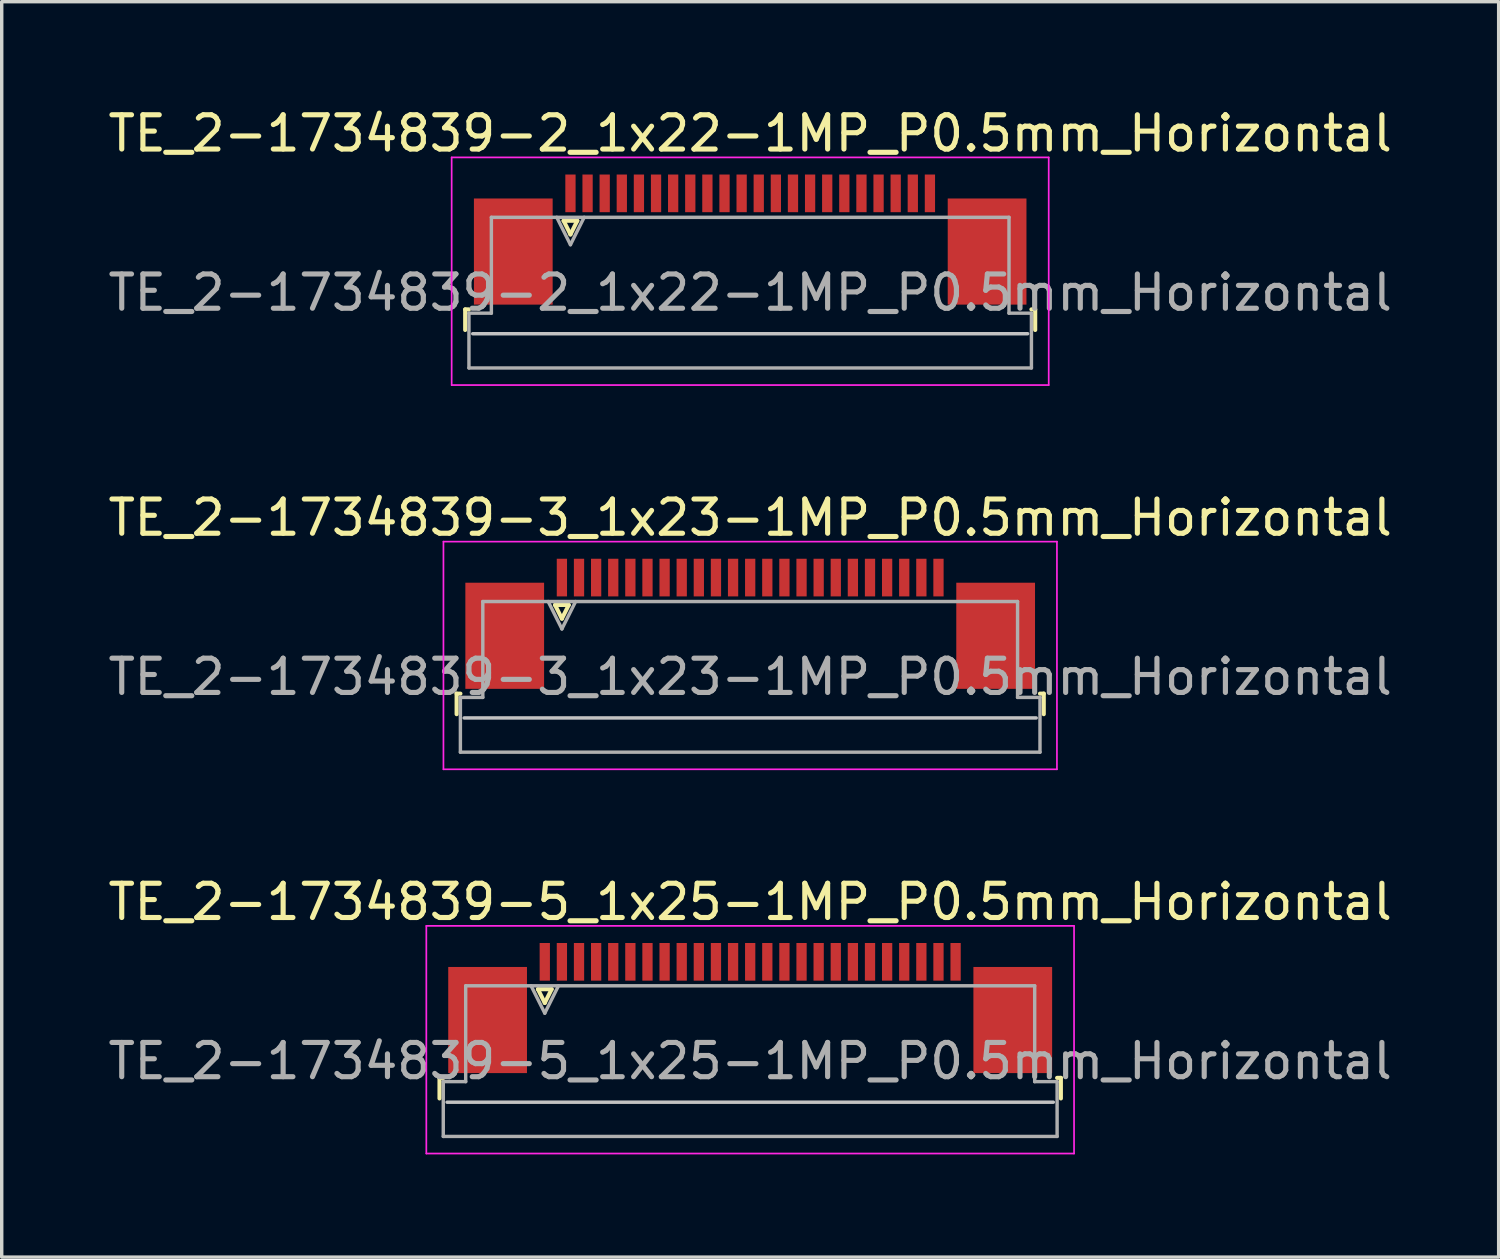
<source format=kicad_pcb>
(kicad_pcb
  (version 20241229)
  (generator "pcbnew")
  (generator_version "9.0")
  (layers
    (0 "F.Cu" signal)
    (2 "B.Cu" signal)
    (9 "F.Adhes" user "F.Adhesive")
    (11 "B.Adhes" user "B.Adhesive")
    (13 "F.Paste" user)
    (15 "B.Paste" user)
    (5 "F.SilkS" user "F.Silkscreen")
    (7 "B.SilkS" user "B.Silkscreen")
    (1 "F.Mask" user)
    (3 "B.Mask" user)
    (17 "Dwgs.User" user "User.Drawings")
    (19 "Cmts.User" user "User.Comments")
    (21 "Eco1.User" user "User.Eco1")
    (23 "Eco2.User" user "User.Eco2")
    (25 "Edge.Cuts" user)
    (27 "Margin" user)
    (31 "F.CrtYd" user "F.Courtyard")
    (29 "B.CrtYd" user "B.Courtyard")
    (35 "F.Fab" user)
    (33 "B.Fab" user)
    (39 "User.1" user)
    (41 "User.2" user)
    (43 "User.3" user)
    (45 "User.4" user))
  (footprint "TE_2-1734839-2_1x22-1MP_P0.5mm_Horizontal"
    (layer "F.Cu")
    (at 18.863 3.948)
    (property "Reference" "TE_2-1734839-2_1x22-1MP_P0.5mm_Horizontal" (at 0 -3.1 0) (layer "F.SilkS") (effects (font (size 1 1) (thickness 0.15))))
    (attr smd)
    (fp_line (start -8.325 2.04) (end -8.325 2.64) (stroke (width 0.12) (type solid)) (layer "F.SilkS"))
    (fp_line (start -8.215 2.04) (end -8.325 2.04) (stroke (width 0.12) (type solid)) (layer "F.SilkS"))
    (fp_line (start -5.45 -0.55) (end -5.25 -0.15) (stroke (width 0.12) (type solid)) (layer "F.SilkS"))
    (fp_line (start -5.25 -0.15) (end -5.05 -0.55) (stroke (width 0.12) (type solid)) (layer "F.SilkS"))
    (fp_line (start -5.05 -0.55) (end -5.45 -0.55) (stroke (width 0.12) (type solid)) (layer "F.SilkS"))
    (fp_line (start 8.215 2.04) (end 8.325 2.04) (stroke (width 0.12) (type solid)) (layer "F.SilkS"))
    (fp_line (start 8.325 2.04) (end 8.325 2.64) (stroke (width 0.12) (type solid)) (layer "F.SilkS"))
    (fp_line (start 8.105 2.75) (end -8.105 2.75) (stroke (width 0.1) (type solid)) (layer "Dwgs.User"))
    (fp_line (start -8.72 -2.4) (end -8.72 4.25) (stroke (width 0.05) (type solid)) (layer "F.CrtYd"))
    (fp_line (start -8.72 4.25) (end 8.72 4.25) (stroke (width 0.05) (type solid)) (layer "F.CrtYd"))
    (fp_line (start 8.72 -2.4) (end -8.72 -2.4) (stroke (width 0.05) (type solid)) (layer "F.CrtYd"))
    (fp_line (start 8.72 4.25) (end 8.72 -2.4) (stroke (width 0.05) (type solid)) (layer "F.CrtYd"))
    (fp_line (start -8.215 2.15) (end -7.56 2.15) (stroke (width 0.1) (type solid)) (layer "F.Fab"))
    (fp_line (start -8.215 3.75) (end -8.215 2.15) (stroke (width 0.1) (type solid)) (layer "F.Fab"))
    (fp_line (start -7.56 -0.65) (end 7.56 -0.65) (stroke (width 0.1) (type solid)) (layer "F.Fab"))
    (fp_line (start -7.56 2.15) (end -7.56 -0.65) (stroke (width 0.1) (type solid)) (layer "F.Fab"))
    (fp_line (start -5.65 -0.65) (end -5.25 0.15) (stroke (width 0.1) (type solid)) (layer "F.Fab"))
    (fp_line (start -5.25 0.15) (end -4.85 -0.65) (stroke (width 0.1) (type solid)) (layer "F.Fab"))
    (fp_line (start 7.56 -0.65) (end 7.56 2.15) (stroke (width 0.1) (type solid)) (layer "F.Fab"))
    (fp_line (start 7.56 2.15) (end 8.215 2.15) (stroke (width 0.1) (type solid)) (layer "F.Fab"))
    (fp_line (start 8.215 2.15) (end 8.215 3.75) (stroke (width 0.1) (type solid)) (layer "F.Fab"))
    (fp_line (start 8.215 3.75) (end -8.215 3.75) (stroke (width 0.1) (type solid)) (layer "F.Fab"))
    (fp_text user "${REFERENCE}" (at 0 1.55 0) (layer "F.Fab") (effects (font (size 1 1) (thickness 0.15))))
    (pad "1" smd rect (at -5.25 -1.35) (size 0.3 1.1) (layers "F.Cu" "F.Mask" "F.Paste"))
    (pad "2" smd rect (at -4.75 -1.35) (size 0.3 1.1) (layers "F.Cu" "F.Mask" "F.Paste"))
    (pad "3" smd rect (at -4.25 -1.35) (size 0.3 1.1) (layers "F.Cu" "F.Mask" "F.Paste"))
    (pad "4" smd rect (at -3.75 -1.35) (size 0.3 1.1) (layers "F.Cu" "F.Mask" "F.Paste"))
    (pad "5" smd rect (at -3.25 -1.35) (size 0.3 1.1) (layers "F.Cu" "F.Mask" "F.Paste"))
    (pad "6" smd rect (at -2.75 -1.35) (size 0.3 1.1) (layers "F.Cu" "F.Mask" "F.Paste"))
    (pad "7" smd rect (at -2.25 -1.35) (size 0.3 1.1) (layers "F.Cu" "F.Mask" "F.Paste"))
    (pad "8" smd rect (at -1.75 -1.35) (size 0.3 1.1) (layers "F.Cu" "F.Mask" "F.Paste"))
    (pad "9" smd rect (at -1.25 -1.35) (size 0.3 1.1) (layers "F.Cu" "F.Mask" "F.Paste"))
    (pad "10" smd rect (at -0.75 -1.35) (size 0.3 1.1) (layers "F.Cu" "F.Mask" "F.Paste"))
    (pad "11" smd rect (at -0.25 -1.35) (size 0.3 1.1) (layers "F.Cu" "F.Mask" "F.Paste"))
    (pad "12" smd rect (at 0.25 -1.35) (size 0.3 1.1) (layers "F.Cu" "F.Mask" "F.Paste"))
    (pad "13" smd rect (at 0.75 -1.35) (size 0.3 1.1) (layers "F.Cu" "F.Mask" "F.Paste"))
    (pad "14" smd rect (at 1.25 -1.35) (size 0.3 1.1) (layers "F.Cu" "F.Mask" "F.Paste"))
    (pad "15" smd rect (at 1.75 -1.35) (size 0.3 1.1) (layers "F.Cu" "F.Mask" "F.Paste"))
    (pad "16" smd rect (at 2.25 -1.35) (size 0.3 1.1) (layers "F.Cu" "F.Mask" "F.Paste"))
    (pad "17" smd rect (at 2.75 -1.35) (size 0.3 1.1) (layers "F.Cu" "F.Mask" "F.Paste"))
    (pad "18" smd rect (at 3.25 -1.35) (size 0.3 1.1) (layers "F.Cu" "F.Mask" "F.Paste"))
    (pad "19" smd rect (at 3.75 -1.35) (size 0.3 1.1) (layers "F.Cu" "F.Mask" "F.Paste"))
    (pad "20" smd rect (at 4.25 -1.35) (size 0.3 1.1) (layers "F.Cu" "F.Mask" "F.Paste"))
    (pad "21" smd rect (at 4.75 -1.35) (size 0.3 1.1) (layers "F.Cu" "F.Mask" "F.Paste"))
    (pad "22" smd rect (at 5.25 -1.35) (size 0.3 1.1) (layers "F.Cu" "F.Mask" "F.Paste"))
    (pad "MP" smd rect (at -6.92 0.35) (size 2.3 3.1) (layers "F.Cu" "F.Mask" "F.Paste"))
    (pad "MP" smd rect (at 6.92 0.35) (size 2.3 3.1) (layers "F.Cu" "F.Mask" "F.Paste")))
  (footprint "TE_2-1734839-3_1x23-1MP_P0.5mm_Horizontal"
    (layer "F.Cu")
    (at 18.863 15.171)
    (property "Reference" "TE_2-1734839-3_1x23-1MP_P0.5mm_Horizontal" (at 0 -3.1 0) (layer "F.SilkS") (effects (font (size 1 1) (thickness 0.15))))
    (attr smd)
    (fp_line (start -8.575 2.04) (end -8.575 2.64) (stroke (width 0.12) (type solid)) (layer "F.SilkS"))
    (fp_line (start -8.465 2.04) (end -8.575 2.04) (stroke (width 0.12) (type solid)) (layer "F.SilkS"))
    (fp_line (start -5.7 -0.55) (end -5.5 -0.15) (stroke (width 0.12) (type solid)) (layer "F.SilkS"))
    (fp_line (start -5.5 -0.15) (end -5.3 -0.55) (stroke (width 0.12) (type solid)) (layer "F.SilkS"))
    (fp_line (start -5.3 -0.55) (end -5.7 -0.55) (stroke (width 0.12) (type solid)) (layer "F.SilkS"))
    (fp_line (start 8.465 2.04) (end 8.575 2.04) (stroke (width 0.12) (type solid)) (layer "F.SilkS"))
    (fp_line (start 8.575 2.04) (end 8.575 2.64) (stroke (width 0.12) (type solid)) (layer "F.SilkS"))
    (fp_line (start 8.355 2.75) (end -8.355 2.75) (stroke (width 0.1) (type solid)) (layer "Dwgs.User"))
    (fp_line (start -8.96 -2.4) (end -8.96 4.25) (stroke (width 0.05) (type solid)) (layer "F.CrtYd"))
    (fp_line (start -8.96 4.25) (end 8.96 4.25) (stroke (width 0.05) (type solid)) (layer "F.CrtYd"))
    (fp_line (start 8.96 -2.4) (end -8.96 -2.4) (stroke (width 0.05) (type solid)) (layer "F.CrtYd"))
    (fp_line (start 8.96 4.25) (end 8.96 -2.4) (stroke (width 0.05) (type solid)) (layer "F.CrtYd"))
    (fp_line (start -8.465 2.15) (end -7.81 2.15) (stroke (width 0.1) (type solid)) (layer "F.Fab"))
    (fp_line (start -8.465 3.75) (end -8.465 2.15) (stroke (width 0.1) (type solid)) (layer "F.Fab"))
    (fp_line (start -7.81 -0.65) (end 7.81 -0.65) (stroke (width 0.1) (type solid)) (layer "F.Fab"))
    (fp_line (start -7.81 2.15) (end -7.81 -0.65) (stroke (width 0.1) (type solid)) (layer "F.Fab"))
    (fp_line (start -5.9 -0.65) (end -5.5 0.15) (stroke (width 0.1) (type solid)) (layer "F.Fab"))
    (fp_line (start -5.5 0.15) (end -5.1 -0.65) (stroke (width 0.1) (type solid)) (layer "F.Fab"))
    (fp_line (start 7.81 -0.65) (end 7.81 2.15) (stroke (width 0.1) (type solid)) (layer "F.Fab"))
    (fp_line (start 7.81 2.15) (end 8.465 2.15) (stroke (width 0.1) (type solid)) (layer "F.Fab"))
    (fp_line (start 8.465 2.15) (end 8.465 3.75) (stroke (width 0.1) (type solid)) (layer "F.Fab"))
    (fp_line (start 8.465 3.75) (end -8.465 3.75) (stroke (width 0.1) (type solid)) (layer "F.Fab"))
    (fp_text user "${REFERENCE}" (at 0 1.55 0) (layer "F.Fab") (effects (font (size 1 1) (thickness 0.15))))
    (pad "1" smd rect (at -5.5 -1.35) (size 0.3 1.1) (layers "F.Cu" "F.Mask" "F.Paste"))
    (pad "2" smd rect (at -5 -1.35) (size 0.3 1.1) (layers "F.Cu" "F.Mask" "F.Paste"))
    (pad "3" smd rect (at -4.5 -1.35) (size 0.3 1.1) (layers "F.Cu" "F.Mask" "F.Paste"))
    (pad "4" smd rect (at -4 -1.35) (size 0.3 1.1) (layers "F.Cu" "F.Mask" "F.Paste"))
    (pad "5" smd rect (at -3.5 -1.35) (size 0.3 1.1) (layers "F.Cu" "F.Mask" "F.Paste"))
    (pad "6" smd rect (at -3 -1.35) (size 0.3 1.1) (layers "F.Cu" "F.Mask" "F.Paste"))
    (pad "7" smd rect (at -2.5 -1.35) (size 0.3 1.1) (layers "F.Cu" "F.Mask" "F.Paste"))
    (pad "8" smd rect (at -2 -1.35) (size 0.3 1.1) (layers "F.Cu" "F.Mask" "F.Paste"))
    (pad "9" smd rect (at -1.5 -1.35) (size 0.3 1.1) (layers "F.Cu" "F.Mask" "F.Paste"))
    (pad "10" smd rect (at -1 -1.35) (size 0.3 1.1) (layers "F.Cu" "F.Mask" "F.Paste"))
    (pad "11" smd rect (at -0.5 -1.35) (size 0.3 1.1) (layers "F.Cu" "F.Mask" "F.Paste"))
    (pad "12" smd rect (at 0 -1.35) (size 0.3 1.1) (layers "F.Cu" "F.Mask" "F.Paste"))
    (pad "13" smd rect (at 0.5 -1.35) (size 0.3 1.1) (layers "F.Cu" "F.Mask" "F.Paste"))
    (pad "14" smd rect (at 1 -1.35) (size 0.3 1.1) (layers "F.Cu" "F.Mask" "F.Paste"))
    (pad "15" smd rect (at 1.5 -1.35) (size 0.3 1.1) (layers "F.Cu" "F.Mask" "F.Paste"))
    (pad "16" smd rect (at 2 -1.35) (size 0.3 1.1) (layers "F.Cu" "F.Mask" "F.Paste"))
    (pad "17" smd rect (at 2.5 -1.35) (size 0.3 1.1) (layers "F.Cu" "F.Mask" "F.Paste"))
    (pad "18" smd rect (at 3 -1.35) (size 0.3 1.1) (layers "F.Cu" "F.Mask" "F.Paste"))
    (pad "19" smd rect (at 3.5 -1.35) (size 0.3 1.1) (layers "F.Cu" "F.Mask" "F.Paste"))
    (pad "20" smd rect (at 4 -1.35) (size 0.3 1.1) (layers "F.Cu" "F.Mask" "F.Paste"))
    (pad "21" smd rect (at 4.5 -1.35) (size 0.3 1.1) (layers "F.Cu" "F.Mask" "F.Paste"))
    (pad "22" smd rect (at 5 -1.35) (size 0.3 1.1) (layers "F.Cu" "F.Mask" "F.Paste"))
    (pad "23" smd rect (at 5.5 -1.35) (size 0.3 1.1) (layers "F.Cu" "F.Mask" "F.Paste"))
    (pad "MP" smd rect (at -7.17 0.35) (size 2.3 3.1) (layers "F.Cu" "F.Mask" "F.Paste"))
    (pad "MP" smd rect (at 7.17 0.35) (size 2.3 3.1) (layers "F.Cu" "F.Mask" "F.Paste")))
  (footprint "TE_2-1734839-5_1x25-1MP_P0.5mm_Horizontal"
    (layer "F.Cu")
    (at 18.863 26.395)
    (property "Reference" "TE_2-1734839-5_1x25-1MP_P0.5mm_Horizontal" (at 0 -3.1 0) (layer "F.SilkS") (effects (font (size 1 1) (thickness 0.15))))
    (attr smd)
    (fp_line (start -9.075 2.04) (end -9.075 2.64) (stroke (width 0.12) (type solid)) (layer "F.SilkS"))
    (fp_line (start -8.965 2.04) (end -9.075 2.04) (stroke (width 0.12) (type solid)) (layer "F.SilkS"))
    (fp_line (start -6.2 -0.55) (end -6 -0.15) (stroke (width 0.12) (type solid)) (layer "F.SilkS"))
    (fp_line (start -6 -0.15) (end -5.8 -0.55) (stroke (width 0.12) (type solid)) (layer "F.SilkS"))
    (fp_line (start -5.8 -0.55) (end -6.2 -0.55) (stroke (width 0.12) (type solid)) (layer "F.SilkS"))
    (fp_line (start 8.965 2.04) (end 9.075 2.04) (stroke (width 0.12) (type solid)) (layer "F.SilkS"))
    (fp_line (start 9.075 2.04) (end 9.075 2.64) (stroke (width 0.12) (type solid)) (layer "F.SilkS"))
    (fp_line (start 8.855 2.75) (end -8.855 2.75) (stroke (width 0.1) (type solid)) (layer "Dwgs.User"))
    (fp_line (start -9.46 -2.4) (end -9.46 4.25) (stroke (width 0.05) (type solid)) (layer "F.CrtYd"))
    (fp_line (start -9.46 4.25) (end 9.46 4.25) (stroke (width 0.05) (type solid)) (layer "F.CrtYd"))
    (fp_line (start 9.46 -2.4) (end -9.46 -2.4) (stroke (width 0.05) (type solid)) (layer "F.CrtYd"))
    (fp_line (start 9.46 4.25) (end 9.46 -2.4) (stroke (width 0.05) (type solid)) (layer "F.CrtYd"))
    (fp_line (start -8.965 2.15) (end -8.31 2.15) (stroke (width 0.1) (type solid)) (layer "F.Fab"))
    (fp_line (start -8.965 3.75) (end -8.965 2.15) (stroke (width 0.1) (type solid)) (layer "F.Fab"))
    (fp_line (start -8.31 -0.65) (end 8.31 -0.65) (stroke (width 0.1) (type solid)) (layer "F.Fab"))
    (fp_line (start -8.31 2.15) (end -8.31 -0.65) (stroke (width 0.1) (type solid)) (layer "F.Fab"))
    (fp_line (start -6.4 -0.65) (end -6 0.15) (stroke (width 0.1) (type solid)) (layer "F.Fab"))
    (fp_line (start -6 0.15) (end -5.6 -0.65) (stroke (width 0.1) (type solid)) (layer "F.Fab"))
    (fp_line (start 8.31 -0.65) (end 8.31 2.15) (stroke (width 0.1) (type solid)) (layer "F.Fab"))
    (fp_line (start 8.31 2.15) (end 8.965 2.15) (stroke (width 0.1) (type solid)) (layer "F.Fab"))
    (fp_line (start 8.965 2.15) (end 8.965 3.75) (stroke (width 0.1) (type solid)) (layer "F.Fab"))
    (fp_line (start 8.965 3.75) (end -8.965 3.75) (stroke (width 0.1) (type solid)) (layer "F.Fab"))
    (fp_text user "${REFERENCE}" (at 0 1.55 0) (layer "F.Fab") (effects (font (size 1 1) (thickness 0.15))))
    (pad "1" smd rect (at -6 -1.35) (size 0.3 1.1) (layers "F.Cu" "F.Mask" "F.Paste"))
    (pad "2" smd rect (at -5.5 -1.35) (size 0.3 1.1) (layers "F.Cu" "F.Mask" "F.Paste"))
    (pad "3" smd rect (at -5 -1.35) (size 0.3 1.1) (layers "F.Cu" "F.Mask" "F.Paste"))
    (pad "4" smd rect (at -4.5 -1.35) (size 0.3 1.1) (layers "F.Cu" "F.Mask" "F.Paste"))
    (pad "5" smd rect (at -4 -1.35) (size 0.3 1.1) (layers "F.Cu" "F.Mask" "F.Paste"))
    (pad "6" smd rect (at -3.5 -1.35) (size 0.3 1.1) (layers "F.Cu" "F.Mask" "F.Paste"))
    (pad "7" smd rect (at -3 -1.35) (size 0.3 1.1) (layers "F.Cu" "F.Mask" "F.Paste"))
    (pad "8" smd rect (at -2.5 -1.35) (size 0.3 1.1) (layers "F.Cu" "F.Mask" "F.Paste"))
    (pad "9" smd rect (at -2 -1.35) (size 0.3 1.1) (layers "F.Cu" "F.Mask" "F.Paste"))
    (pad "10" smd rect (at -1.5 -1.35) (size 0.3 1.1) (layers "F.Cu" "F.Mask" "F.Paste"))
    (pad "11" smd rect (at -1 -1.35) (size 0.3 1.1) (layers "F.Cu" "F.Mask" "F.Paste"))
    (pad "12" smd rect (at -0.5 -1.35) (size 0.3 1.1) (layers "F.Cu" "F.Mask" "F.Paste"))
    (pad "13" smd rect (at 0 -1.35) (size 0.3 1.1) (layers "F.Cu" "F.Mask" "F.Paste"))
    (pad "14" smd rect (at 0.5 -1.35) (size 0.3 1.1) (layers "F.Cu" "F.Mask" "F.Paste"))
    (pad "15" smd rect (at 1 -1.35) (size 0.3 1.1) (layers "F.Cu" "F.Mask" "F.Paste"))
    (pad "16" smd rect (at 1.5 -1.35) (size 0.3 1.1) (layers "F.Cu" "F.Mask" "F.Paste"))
    (pad "17" smd rect (at 2 -1.35) (size 0.3 1.1) (layers "F.Cu" "F.Mask" "F.Paste"))
    (pad "18" smd rect (at 2.5 -1.35) (size 0.3 1.1) (layers "F.Cu" "F.Mask" "F.Paste"))
    (pad "19" smd rect (at 3 -1.35) (size 0.3 1.1) (layers "F.Cu" "F.Mask" "F.Paste"))
    (pad "20" smd rect (at 3.5 -1.35) (size 0.3 1.1) (layers "F.Cu" "F.Mask" "F.Paste"))
    (pad "21" smd rect (at 4 -1.35) (size 0.3 1.1) (layers "F.Cu" "F.Mask" "F.Paste"))
    (pad "22" smd rect (at 4.5 -1.35) (size 0.3 1.1) (layers "F.Cu" "F.Mask" "F.Paste"))
    (pad "23" smd rect (at 5 -1.35) (size 0.3 1.1) (layers "F.Cu" "F.Mask" "F.Paste"))
    (pad "24" smd rect (at 5.5 -1.35) (size 0.3 1.1) (layers "F.Cu" "F.Mask" "F.Paste"))
    (pad "25" smd rect (at 6 -1.35) (size 0.3 1.1) (layers "F.Cu" "F.Mask" "F.Paste"))
    (pad "MP" smd rect (at -7.67 0.35) (size 2.3 3.1) (layers "F.Cu" "F.Mask" "F.Paste"))
    (pad "MP" smd rect (at 7.67 0.35) (size 2.3 3.1) (layers "F.Cu" "F.Mask" "F.Paste")))
  (gr_rect
    (start -3 -3)
    (end 40.726 33.67)
    (stroke (width 0.1) (type default))
    (fill no)
    (layer "Edge.Cuts")))
</source>
